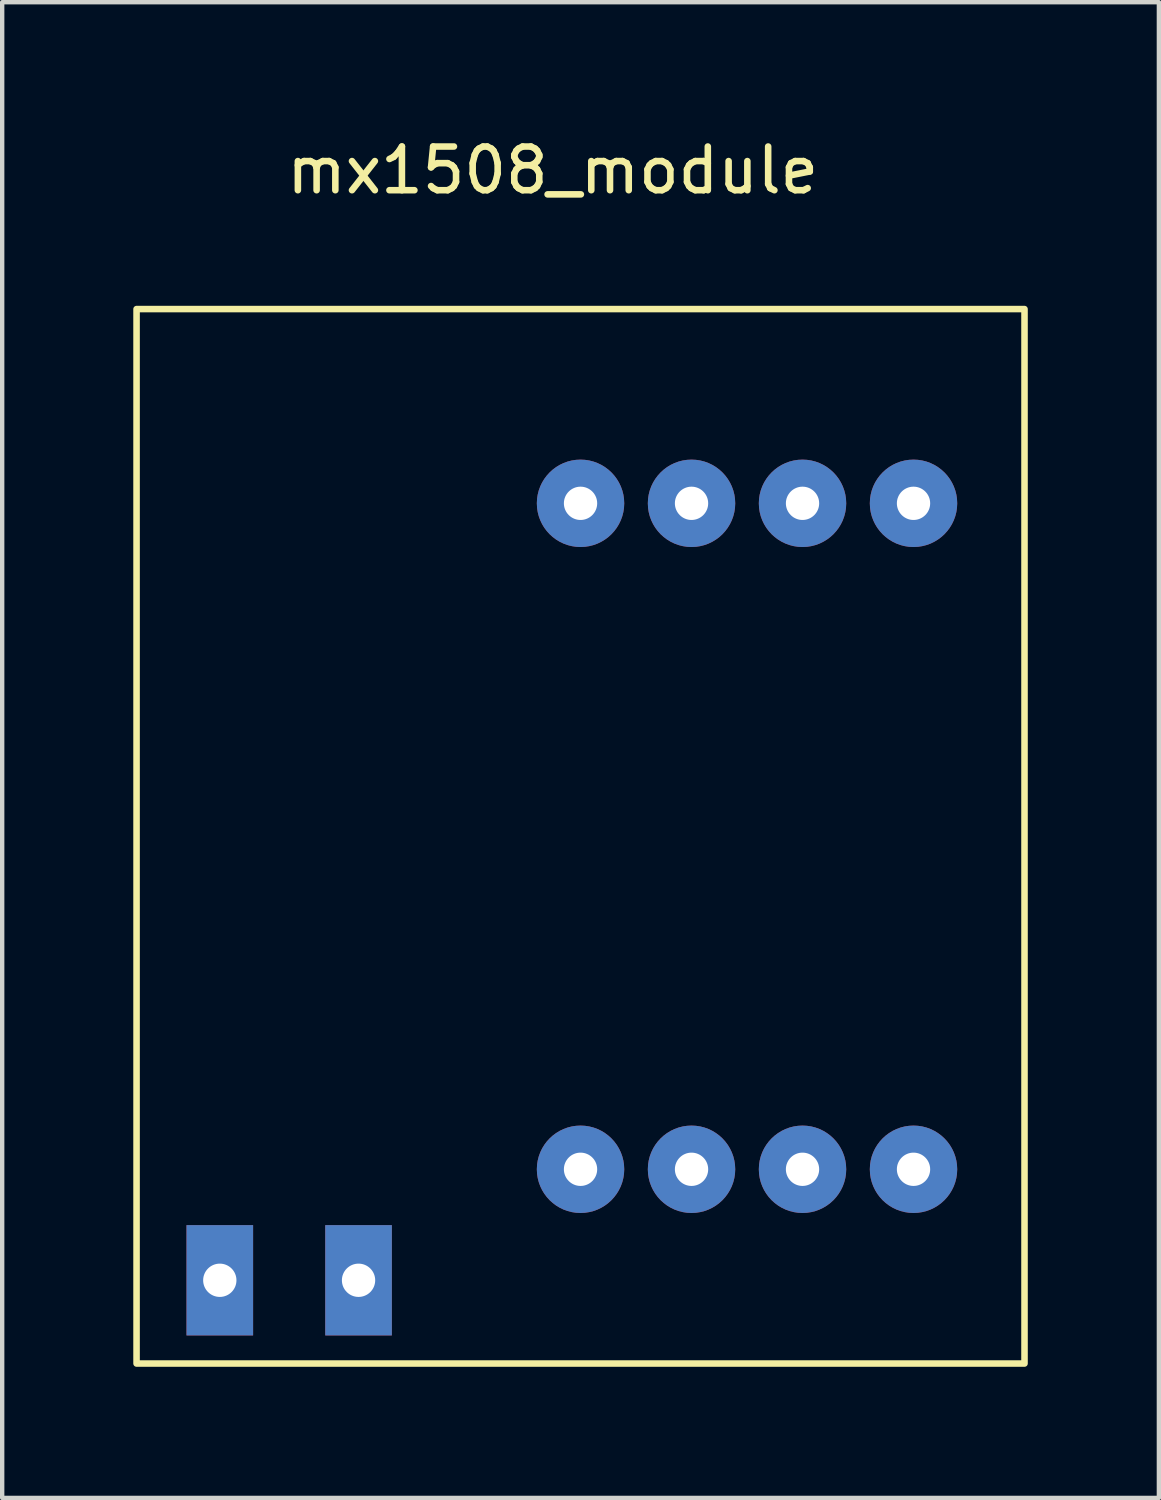
<source format=kicad_pcb>
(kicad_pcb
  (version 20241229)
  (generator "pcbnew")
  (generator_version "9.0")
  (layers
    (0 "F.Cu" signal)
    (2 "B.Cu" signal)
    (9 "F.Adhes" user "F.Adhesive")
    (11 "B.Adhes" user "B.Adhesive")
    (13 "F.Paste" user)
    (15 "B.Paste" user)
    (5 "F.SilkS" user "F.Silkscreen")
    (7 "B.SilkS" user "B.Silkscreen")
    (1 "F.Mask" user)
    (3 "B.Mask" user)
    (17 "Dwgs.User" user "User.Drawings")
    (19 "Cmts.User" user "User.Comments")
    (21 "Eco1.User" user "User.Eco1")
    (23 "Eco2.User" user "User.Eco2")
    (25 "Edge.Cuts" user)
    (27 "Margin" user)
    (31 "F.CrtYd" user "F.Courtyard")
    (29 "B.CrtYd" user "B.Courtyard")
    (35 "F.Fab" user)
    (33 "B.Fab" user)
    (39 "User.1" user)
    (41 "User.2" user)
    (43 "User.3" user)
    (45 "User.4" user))
  (footprint "mx1508_module"
    (layer "F.Cu")
    (at 6.425 1.483)
    (property "Reference" "mx1508_module" (at 3.175 -0.635 0) (unlocked yes) (layer "F.SilkS") (effects (font (size 1 1) (thickness 0.15))))
    (attr through_hole)
    (fp_rect (start -6.35 2.54) (end 13.97 26.67) (stroke (width 0.15) (type solid)) (fill no) (layer "F.SilkS"))
    (pad "1" thru_hole rect (at -4.445 24.765) (size 1.524 2.524) (drill 0.762) (layers "*.Cu" "*.Mask"))
    (pad "2" thru_hole rect (at -1.27 24.765) (size 1.524 2.524) (drill 0.762) (layers "*.Cu" "*.Mask"))
    (pad "3" thru_hole circle (at 3.81 22.225) (size 2 2) (drill 0.762) (layers "*.Cu" "*.Mask"))
    (pad "4" thru_hole circle (at 6.35 22.225) (size 2 2) (drill 0.762) (layers "*.Cu" "*.Mask"))
    (pad "5" thru_hole circle (at 8.89 22.225) (size 2 2) (drill 0.762) (layers "*.Cu" "*.Mask"))
    (pad "6" thru_hole circle (at 11.43 22.225) (size 2 2) (drill 0.762) (layers "*.Cu" "*.Mask"))
    (pad "7" thru_hole circle (at 11.43 6.985) (size 2 2) (drill 0.762) (layers "*.Cu" "*.Mask"))
    (pad "8" thru_hole circle (at 8.89 6.985) (size 2 2) (drill 0.762) (layers "*.Cu" "*.Mask"))
    (pad "9" thru_hole circle (at 6.35 6.985) (size 2 2) (drill 0.762) (layers "*.Cu" "*.Mask"))
    (pad "10" thru_hole circle (at 3.81 6.985) (size 2 2) (drill 0.762) (layers "*.Cu" "*.Mask")))
  (gr_rect
    (start -3 -3)
    (end 23.47 31.228)
    (stroke (width 0.1) (type default))
    (fill no)
    (layer "Edge.Cuts")))
</source>
